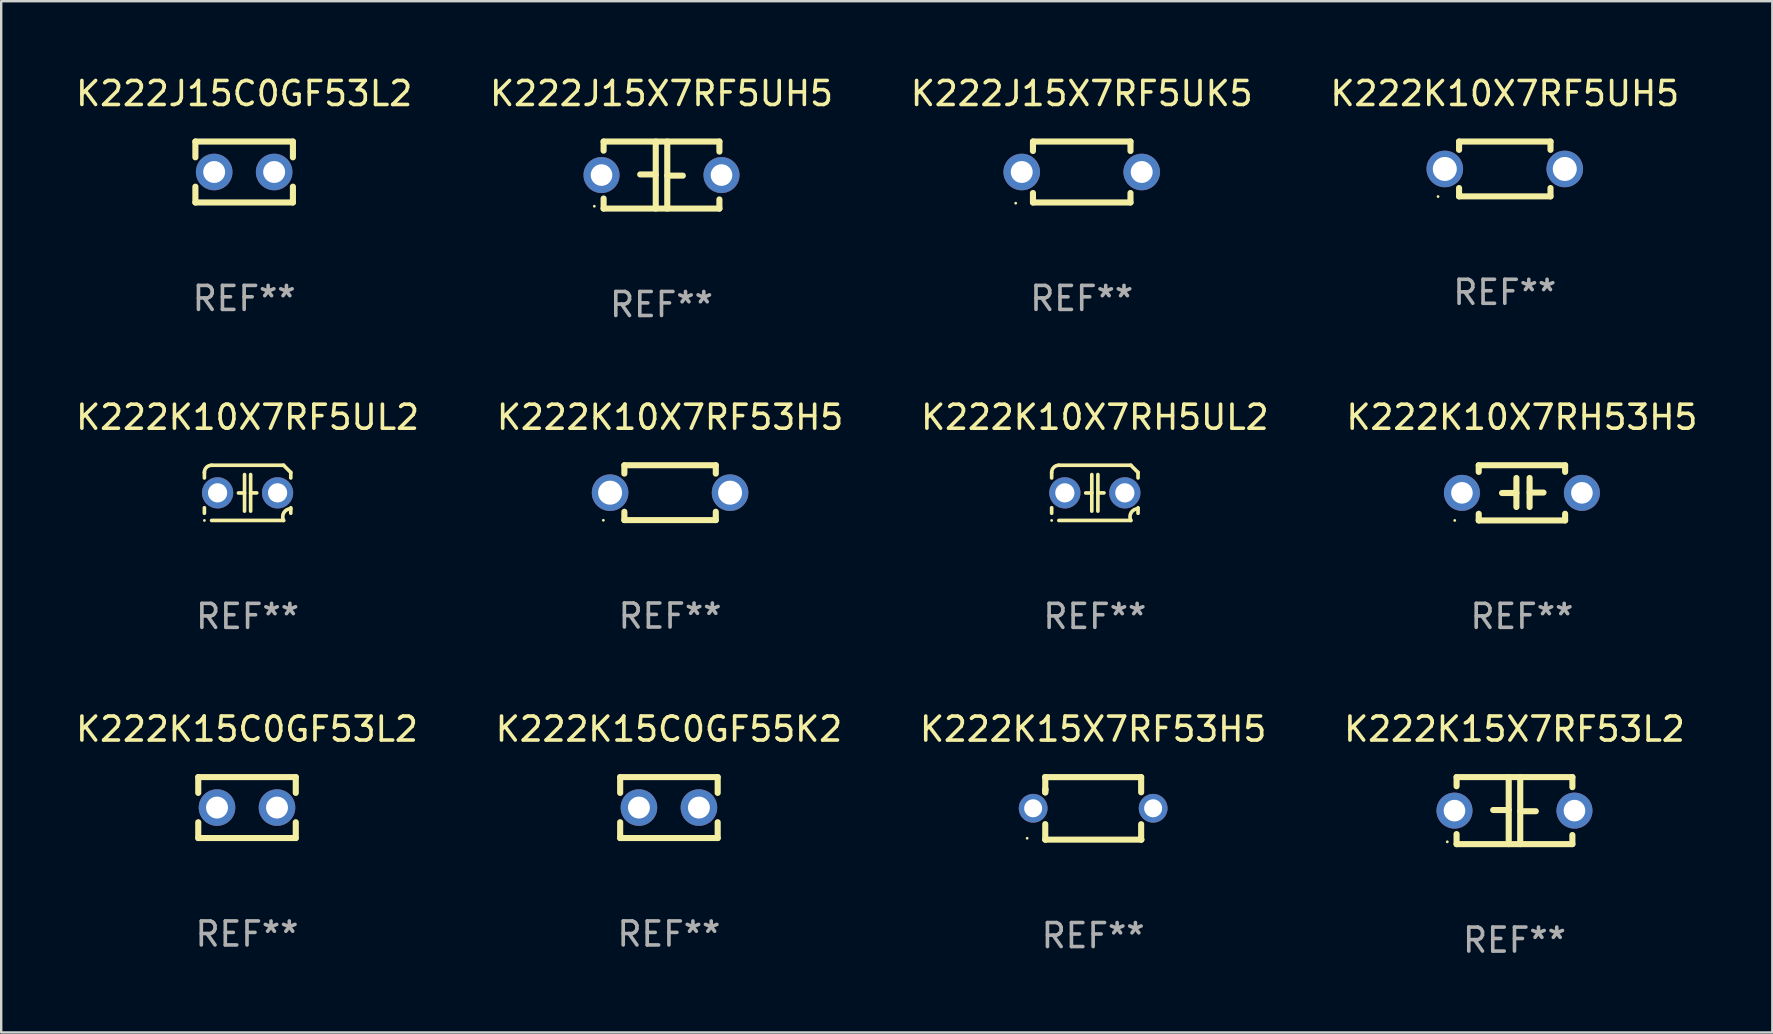
<source format=kicad_pcb>
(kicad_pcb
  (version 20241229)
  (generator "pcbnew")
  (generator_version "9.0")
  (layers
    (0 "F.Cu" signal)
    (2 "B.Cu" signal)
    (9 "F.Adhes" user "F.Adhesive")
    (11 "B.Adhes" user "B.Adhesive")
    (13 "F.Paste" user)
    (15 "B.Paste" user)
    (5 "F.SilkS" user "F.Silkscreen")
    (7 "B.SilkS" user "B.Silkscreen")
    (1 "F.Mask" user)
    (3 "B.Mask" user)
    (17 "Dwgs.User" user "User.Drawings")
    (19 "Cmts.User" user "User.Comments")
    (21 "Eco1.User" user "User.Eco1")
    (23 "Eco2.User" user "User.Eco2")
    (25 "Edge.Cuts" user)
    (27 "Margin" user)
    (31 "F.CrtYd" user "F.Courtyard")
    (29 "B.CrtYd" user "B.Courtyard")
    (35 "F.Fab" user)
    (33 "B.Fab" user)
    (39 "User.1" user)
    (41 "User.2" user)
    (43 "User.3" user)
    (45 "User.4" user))
  (footprint "K222J15X7RF5UK5"
    (layer "F.Cu")
    (at 42.03 4.118)
    (property "Reference" "K222J15X7RF5UK5" (at 0 -3.27 0) (layer "F.SilkS") (effects (font (size 1 1) (thickness 0.15))))
    (attr through_hole)
    (fp_line (start -2.032 -1.27) (end -2.032 -0.876) (stroke (width 0.254) (type solid)) (layer "F.SilkS"))
    (fp_line (start -2.032 0.876) (end -2.032 1.27) (stroke (width 0.254) (type solid)) (layer "F.SilkS"))
    (fp_line (start -2.032 1.27) (end 2.032 1.27) (stroke (width 0.254) (type solid)) (layer "F.SilkS"))
    (fp_line (start 2.032 -1.27) (end -2.032 -1.27) (stroke (width 0.254) (type solid)) (layer "F.SilkS"))
    (fp_line (start 2.032 -0.876) (end 2.032 -1.27) (stroke (width 0.254) (type solid)) (layer "F.SilkS"))
    (fp_line (start 2.032 1.27) (end 2.032 0.876) (stroke (width 0.254) (type solid)) (layer "F.SilkS"))
    (fp_circle (center -2.751 1.3) (end -2.721 1.3) (stroke (width 0.06) (type solid)) (fill no) (layer "F.SilkS"))
    (fp_text user "REF**" (at 0 5.27 0) (layer "F.Fab") (effects (font (size 1 1) (thickness 0.15))))
    (pad "1" thru_hole circle (at -2.5 0) (size 1.524 1.524) (drill 0.914) (layers "*.Cu" "*.Mask"))
    (pad "2" thru_hole circle (at 2.5 0) (size 1.524 1.524) (drill 0.914) (layers "*.Cu" "*.Mask")))
  (footprint "K222K10X7RF53H5"
    (layer "F.Cu")
    (at 24.875 17.482)
    (property "Reference" "K222K10X7RF53H5" (at 0 -3.143 0) (layer "F.SilkS") (effects (font (size 1 1) (thickness 0.15))))
    (attr through_hole)
    (fp_line (start -1.905 -1.143) (end 1.905 -1.143) (stroke (width 0.254) (type solid)) (layer "F.SilkS"))
    (fp_line (start -1.905 -0.795) (end -1.905 -1.143) (stroke (width 0.254) (type solid)) (layer "F.SilkS"))
    (fp_line (start -1.905 1.143) (end -1.905 0.795) (stroke (width 0.254) (type solid)) (layer "F.SilkS"))
    (fp_line (start 1.905 -1.143) (end 1.905 -0.795) (stroke (width 0.254) (type solid)) (layer "F.SilkS"))
    (fp_line (start 1.905 0.795) (end 1.905 1.143) (stroke (width 0.254) (type solid)) (layer "F.SilkS"))
    (fp_line (start 1.905 1.143) (end -1.905 1.143) (stroke (width 0.254) (type solid)) (layer "F.SilkS"))
    (fp_circle (center -2.781 1.15) (end -2.751 1.15) (stroke (width 0.06) (type solid)) (fill no) (layer "F.SilkS"))
    (fp_text user "REF**" (at 0 5.143 0) (layer "F.Fab") (effects (font (size 1 1) (thickness 0.15))))
    (pad "1" thru_hole circle (at -2.5 0) (size 1.524 1.524) (drill 1) (layers "*.Cu" "*.Mask"))
    (pad "2" thru_hole circle (at 2.5 0) (size 1.524 1.524) (drill 1) (layers "*.Cu" "*.Mask")))
  (footprint "K222K15X7RF53H5"
    (layer "F.Cu")
    (at 42.506 30.639)
    (property "Reference" "K222K15X7RF53H5" (at 0 -3.303 0) (layer "F.SilkS") (effects (font (size 1 1) (thickness 0.15))))
    (attr through_hole)
    (fp_line (start -1.996 -0.782) (end -1.983 -0.795) (stroke (width 0.254) (type solid)) (layer "F.SilkS"))
    (fp_line (start -1.996 -0.665) (end -1.996 -0.782) (stroke (width 0.254) (type solid)) (layer "F.SilkS"))
    (fp_line (start -1.996 1.297) (end -1.996 0.655) (stroke (width 0.254) (type solid)) (layer "F.SilkS"))
    (fp_line (start -1.996 -1.303) (end 2.001 -1.303) (stroke (width 0.254) (type solid)) (layer "F.SilkS"))
    (fp_line (start -1.995 -1.303) (end -1.996 -1.303) (stroke (width 0.254) (type solid)) (layer "F.SilkS"))
    (fp_line (start -1.995 -0.664) (end -1.995 -1.303) (stroke (width 0.254) (type solid)) (layer "F.SilkS"))
    (fp_line (start -1.99 1.303) (end -1.996 1.297) (stroke (width 0.254) (type solid)) (layer "F.SilkS"))
    (fp_line (start 2.001 -1.303) (end 2.001 -0.669) (stroke (width 0.254) (type solid)) (layer "F.SilkS"))
    (fp_line (start 2.001 0.659) (end 2.001 1.297) (stroke (width 0.254) (type solid)) (layer "F.SilkS"))
    (fp_line (start 2.001 1.297) (end 2.008 1.303) (stroke (width 0.254) (type solid)) (layer "F.SilkS"))
    (fp_line (start 2.008 1.303) (end -1.99 1.303) (stroke (width 0.254) (type solid)) (layer "F.SilkS"))
    (fp_circle (center -2.75 1.245) (end -2.72 1.245) (stroke (width 0.06) (type solid)) (fill no) (layer "F.SilkS"))
    (fp_text user "REF**" (at 0 5.303 0) (layer "F.Fab") (effects (font (size 1 1) (thickness 0.15))))
    (pad "1" thru_hole circle (at -2.5 -0.005) (size 1.2 1.2) (drill 0.75) (layers "*.Cu" "*.Mask"))
    (pad "2" thru_hole circle (at 2.5 -0.005) (size 1.2 1.2) (drill 0.75) (layers "*.Cu" "*.Mask")))
  (footprint "K222K10X7RF5UH5"
    (layer "F.Cu")
    (at 59.661 3.991)
    (property "Reference" "K222K10X7RF5UH5" (at 0 -3.143 0) (layer "F.SilkS") (effects (font (size 1 1) (thickness 0.15))))
    (attr through_hole)
    (fp_line (start -1.905 -1.143) (end 1.905 -1.143) (stroke (width 0.254) (type solid)) (layer "F.SilkS"))
    (fp_line (start -1.905 -0.795) (end -1.905 -1.143) (stroke (width 0.254) (type solid)) (layer "F.SilkS"))
    (fp_line (start -1.905 1.143) (end -1.905 0.795) (stroke (width 0.254) (type solid)) (layer "F.SilkS"))
    (fp_line (start 1.905 -1.143) (end 1.905 -0.795) (stroke (width 0.254) (type solid)) (layer "F.SilkS"))
    (fp_line (start 1.905 0.795) (end 1.905 1.143) (stroke (width 0.254) (type solid)) (layer "F.SilkS"))
    (fp_line (start 1.905 1.143) (end -1.905 1.143) (stroke (width 0.254) (type solid)) (layer "F.SilkS"))
    (fp_circle (center -2.781 1.15) (end -2.751 1.15) (stroke (width 0.06) (type solid)) (fill no) (layer "F.SilkS"))
    (fp_text user "REF**" (at 0 5.143 0) (layer "F.Fab") (effects (font (size 1 1) (thickness 0.15))))
    (pad "1" thru_hole circle (at -2.5 0) (size 1.524 1.524) (drill 1) (layers "*.Cu" "*.Mask"))
    (pad "2" thru_hole circle (at 2.5 0) (size 1.524 1.524) (drill 1) (layers "*.Cu" "*.Mask")))
  (footprint "K222K10X7RH53H5"
    (layer "F.Cu")
    (at 60.375 17.489)
    (property "Reference" "K222K10X7RH53H5" (at 0 -3.15 0) (layer "F.SilkS") (effects (font (size 1 1) (thickness 0.15))))
    (attr through_hole)
    (fp_line (start -1.8 -1.15) (end -1.8 -0.872) (stroke (width 0.254) (type solid)) (layer "F.SilkS"))
    (fp_line (start -1.8 -1.15) (end 1.8 -1.15) (stroke (width 0.254) (type solid)) (layer "F.SilkS"))
    (fp_line (start -1.8 0.872) (end -1.8 1.15) (stroke (width 0.254) (type solid)) (layer "F.SilkS"))
    (fp_line (start -1.8 1.15) (end 1.8 1.15) (stroke (width 0.254) (type solid)) (layer "F.SilkS"))
    (fp_line (start -0.23 -0.62) (end -0.23 0.59) (stroke (width 0.254) (type solid)) (layer "F.SilkS"))
    (fp_line (start -0.23 0.007) (end -0.83 0.007) (stroke (width 0.254) (type solid)) (layer "F.SilkS"))
    (fp_line (start 0.32 -0.62) (end 0.32 0.59) (stroke (width 0.254) (type solid)) (layer "F.SilkS"))
    (fp_line (start 0.32 -0.012) (end 0.9 -0.012) (stroke (width 0.254) (type solid)) (layer "F.SilkS"))
    (fp_line (start 1.8 -1.15) (end 1.8 -0.872) (stroke (width 0.254) (type solid)) (layer "F.SilkS"))
    (fp_line (start 1.8 0.872) (end 1.8 1.15) (stroke (width 0.254) (type solid)) (layer "F.SilkS"))
    (fp_circle (center -2.8 1.15) (end -2.77 1.15) (stroke (width 0.06) (type solid)) (fill no) (layer "F.SilkS"))
    (fp_text user "REF**" (at 0 5.15 0) (layer "F.Fab") (effects (font (size 1 1) (thickness 0.15))))
    (pad "1" thru_hole circle (at -2.5 0) (size 1.5 1.5) (drill 0.9) (layers "*.Cu" "*.Mask"))
    (pad "2" thru_hole circle (at 2.5 0) (size 1.5 1.5) (drill 0.9) (layers "*.Cu" "*.Mask")))
  (footprint "K222J15X7RF5UH5"
    (layer "F.Cu")
    (at 24.518 4.245)
    (property "Reference" "K222J15X7RF5UH5" (at 0 -3.397 0) (layer "F.SilkS") (effects (font (size 1 1) (thickness 0.15))))
    (attr through_hole)
    (fp_line (start -2.413 -1.397) (end 2.413 -1.397) (stroke (width 0.254) (type solid)) (layer "F.SilkS"))
    (fp_line (start -2.413 -1.016) (end -2.413 -1.397) (stroke (width 0.254) (type solid)) (layer "F.SilkS"))
    (fp_line (start -2.413 0.977) (end -2.413 1.397) (stroke (width 0.254) (type solid)) (layer "F.SilkS"))
    (fp_line (start -0.24 -0.025) (end -0.889 -0.025) (stroke (width 0.254) (type solid)) (layer "F.SilkS"))
    (fp_line (start -0.24 1.397) (end -0.24 -1.397) (stroke (width 0.254) (type solid)) (layer "F.SilkS"))
    (fp_line (start 0.24 -1.397) (end 0.24 1.397) (stroke (width 0.254) (type solid)) (layer "F.SilkS"))
    (fp_line (start 0.24 0.025) (end 0.889 0.025) (stroke (width 0.254) (type solid)) (layer "F.SilkS"))
    (fp_line (start 2.413 -0.977) (end 2.413 -1.397) (stroke (width 0.254) (type solid)) (layer "F.SilkS"))
    (fp_line (start 2.413 1.016) (end 2.413 1.397) (stroke (width 0.254) (type solid)) (layer "F.SilkS"))
    (fp_line (start 2.413 1.397) (end -2.413 1.397) (stroke (width 0.254) (type solid)) (layer "F.SilkS"))
    (fp_circle (center -2.8 1.3) (end -2.77 1.3) (stroke (width 0.06) (type solid)) (fill no) (layer "F.SilkS"))
    (fp_text user "REF**" (at 0 5.397 0) (layer "F.Fab") (effects (font (size 1 1) (thickness 0.15))))
    (pad "1" thru_hole circle (at -2.5 0) (size 1.5 1.5) (drill 0.9) (layers "*.Cu" "*.Mask"))
    (pad "2" thru_hole circle (at 2.5 0) (size 1.5 1.5) (drill 0.9) (layers "*.Cu" "*.Mask")))
  (footprint "K222K15C0GF53L2"
    (layer "F.Cu")
    (at 7.244 30.605)
    (property "Reference" "K222K15C0GF53L2" (at 0 -3.27 0) (layer "F.SilkS") (effects (font (size 1 1) (thickness 0.15))))
    (attr through_hole)
    (fp_line (start -2.032 -1.27) (end -2.032 -0.611) (stroke (width 0.254) (type solid)) (layer "F.SilkS"))
    (fp_line (start -2.032 0.611) (end -2.032 1.27) (stroke (width 0.254) (type solid)) (layer "F.SilkS"))
    (fp_line (start -2.032 1.27) (end 2.032 1.27) (stroke (width 0.254) (type solid)) (layer "F.SilkS"))
    (fp_line (start 2.032 -1.27) (end -2.032 -1.27) (stroke (width 0.254) (type solid)) (layer "F.SilkS"))
    (fp_line (start 2.032 -0.611) (end 2.032 -1.27) (stroke (width 0.254) (type solid)) (layer "F.SilkS"))
    (fp_line (start 2.032 1.27) (end 2.032 0.611) (stroke (width 0.254) (type solid)) (layer "F.SilkS"))
    (fp_circle (center -2 1.3) (end -1.97 1.3) (stroke (width 0.06) (type solid)) (fill no) (layer "F.SilkS"))
    (fp_text user "REF**" (at 0 5.27 0) (layer "F.Fab") (effects (font (size 1 1) (thickness 0.15))))
    (pad "1" thru_hole circle (at -1.25 0) (size 1.524 1.524) (drill 0.914) (layers "*.Cu" "*.Mask"))
    (pad "2" thru_hole circle (at 1.25 0) (size 1.524 1.524) (drill 0.914) (layers "*.Cu" "*.Mask")))
  (footprint "K222K10X7RH5UL2"
    (layer "F.Cu")
    (at 42.577 17.489)
    (property "Reference" "K222K10X7RH5UL2" (at 0 -3.15 0) (layer "F.SilkS") (effects (font (size 1 1) (thickness 0.15))))
    (attr through_hole)
    (fp_line (start -1.8 -0.621) (end -1.8 -0.85) (stroke (width 0.152) (type solid)) (layer "F.SilkS"))
    (fp_line (start -1.8 0.85) (end -1.8 0.621) (stroke (width 0.152) (type solid)) (layer "F.SilkS"))
    (fp_line (start -1.5 -1.15) (end 1.5 -1.15) (stroke (width 0.152) (type solid)) (layer "F.SilkS"))
    (fp_line (start -0.127 -0.762) (end -0.127 0.762) (stroke (width 0.152) (type solid)) (layer "F.SilkS"))
    (fp_line (start -0.127 0.005) (end -0.381 0.005) (stroke (width 0.152) (type solid)) (layer "F.SilkS"))
    (fp_line (start 0.127 -0.762) (end 0.127 0.762) (stroke (width 0.152) (type solid)) (layer "F.SilkS"))
    (fp_line (start 0.127 0.002) (end 0.381 0.002) (stroke (width 0.152) (type solid)) (layer "F.SilkS"))
    (fp_line (start 1.5 1.15) (end -1.5 1.15) (stroke (width 0.152) (type solid)) (layer "F.SilkS"))
    (fp_line (start 1.8 -0.85) (end 1.8 -0.621) (stroke (width 0.152) (type solid)) (layer "F.SilkS"))
    (fp_line (start 1.8 0.621) (end 1.8 0.85) (stroke (width 0.152) (type solid)) (layer "F.SilkS"))
    (fp_arc (start -1.799975 -0.849987) (mid -1.712107 -1.062119) (end -1.499975 -1.149987) (stroke (width 0.151994) (type solid)) (layer "F.SilkS"))
    (fp_arc (start 1.499975 1.149987) (mid 1.513726 0.822359) (end 1.799975 0.662387) (stroke (width 0.151994) (type solid)) (layer "F.SilkS"))
    (fp_arc (start 1.500001 -1.149986) (mid 1.650015 -1.000001) (end 1.8 -0.849987) (stroke (width 0.151994) (type solid)) (layer "F.SilkS"))
    (fp_circle (center -1.8 1.15) (end -1.77 1.15) (stroke (width 0.06) (type solid)) (fill no) (layer "F.SilkS"))
    (fp_text user "REF**" (at 0 5.15 0) (layer "F.Fab") (effects (font (size 1 1) (thickness 0.15))))
    (pad "1" thru_hole circle (at -1.25 0) (size 1.3 1.3) (drill 0.8) (layers "*.Cu" "*.Mask"))
    (pad "2" thru_hole circle (at 1.25 0) (size 1.3 1.3) (drill 0.8) (layers "*.Cu" "*.Mask")))
  (footprint "K222K15C0GF55K2"
    (layer "F.Cu")
    (at 24.827 30.605)
    (property "Reference" "K222K15C0GF55K2" (at 0 -3.27 0) (layer "F.SilkS") (effects (font (size 1 1) (thickness 0.15))))
    (attr through_hole)
    (fp_line (start -2.032 -1.27) (end -2.032 -0.611) (stroke (width 0.254) (type solid)) (layer "F.SilkS"))
    (fp_line (start -2.032 0.611) (end -2.032 1.27) (stroke (width 0.254) (type solid)) (layer "F.SilkS"))
    (fp_line (start -2.032 1.27) (end 2.032 1.27) (stroke (width 0.254) (type solid)) (layer "F.SilkS"))
    (fp_line (start 2.032 -1.27) (end -2.032 -1.27) (stroke (width 0.254) (type solid)) (layer "F.SilkS"))
    (fp_line (start 2.032 -0.611) (end 2.032 -1.27) (stroke (width 0.254) (type solid)) (layer "F.SilkS"))
    (fp_line (start 2.032 1.27) (end 2.032 0.611) (stroke (width 0.254) (type solid)) (layer "F.SilkS"))
    (fp_circle (center -2 1.3) (end -1.97 1.3) (stroke (width 0.06) (type solid)) (fill no) (layer "F.SilkS"))
    (fp_text user "REF**" (at 0 5.27 0) (layer "F.Fab") (effects (font (size 1 1) (thickness 0.15))))
    (pad "1" thru_hole circle (at -1.25 0) (size 1.524 1.524) (drill 0.914) (layers "*.Cu" "*.Mask"))
    (pad "2" thru_hole circle (at 1.25 0) (size 1.524 1.524) (drill 0.914) (layers "*.Cu" "*.Mask")))
  (footprint "K222K15X7RF53L2"
    (layer "F.Cu")
    (at 60.065 30.732)
    (property "Reference" "K222K15X7RF53L2" (at 0 -3.397 0) (layer "F.SilkS") (effects (font (size 1 1) (thickness 0.15))))
    (attr through_hole)
    (fp_line (start -2.413 -1.397) (end 2.413 -1.397) (stroke (width 0.254) (type solid)) (layer "F.SilkS"))
    (fp_line (start -2.413 -1.016) (end -2.413 -1.397) (stroke (width 0.254) (type solid)) (layer "F.SilkS"))
    (fp_line (start -2.413 0.977) (end -2.413 1.397) (stroke (width 0.254) (type solid)) (layer "F.SilkS"))
    (fp_line (start -0.24 -0.025) (end -0.889 -0.025) (stroke (width 0.254) (type solid)) (layer "F.SilkS"))
    (fp_line (start -0.24 1.397) (end -0.24 -1.397) (stroke (width 0.254) (type solid)) (layer "F.SilkS"))
    (fp_line (start 0.24 -1.397) (end 0.24 1.397) (stroke (width 0.254) (type solid)) (layer "F.SilkS"))
    (fp_line (start 0.24 0.025) (end 0.889 0.025) (stroke (width 0.254) (type solid)) (layer "F.SilkS"))
    (fp_line (start 2.413 -0.977) (end 2.413 -1.397) (stroke (width 0.254) (type solid)) (layer "F.SilkS"))
    (fp_line (start 2.413 1.016) (end 2.413 1.397) (stroke (width 0.254) (type solid)) (layer "F.SilkS"))
    (fp_line (start 2.413 1.397) (end -2.413 1.397) (stroke (width 0.254) (type solid)) (layer "F.SilkS"))
    (fp_circle (center -2.8 1.3) (end -2.77 1.3) (stroke (width 0.06) (type solid)) (fill no) (layer "F.SilkS"))
    (fp_text user "REF**" (at 0 5.397 0) (layer "F.Fab") (effects (font (size 1 1) (thickness 0.15))))
    (pad "1" thru_hole circle (at -2.5 0) (size 1.5 1.5) (drill 0.9) (layers "*.Cu" "*.Mask"))
    (pad "2" thru_hole circle (at 2.5 0) (size 1.5 1.5) (drill 0.9) (layers "*.Cu" "*.Mask")))
  (footprint "K222J15C0GF53L2"
    (layer "F.Cu")
    (at 7.125 4.118)
    (property "Reference" "K222J15C0GF53L2" (at 0 -3.27 0) (layer "F.SilkS") (effects (font (size 1 1) (thickness 0.15))))
    (attr through_hole)
    (fp_line (start -2.032 -1.27) (end -2.032 -0.611) (stroke (width 0.254) (type solid)) (layer "F.SilkS"))
    (fp_line (start -2.032 0.611) (end -2.032 1.27) (stroke (width 0.254) (type solid)) (layer "F.SilkS"))
    (fp_line (start -2.032 1.27) (end 2.032 1.27) (stroke (width 0.254) (type solid)) (layer "F.SilkS"))
    (fp_line (start 2.032 -1.27) (end -2.032 -1.27) (stroke (width 0.254) (type solid)) (layer "F.SilkS"))
    (fp_line (start 2.032 -0.611) (end 2.032 -1.27) (stroke (width 0.254) (type solid)) (layer "F.SilkS"))
    (fp_line (start 2.032 1.27) (end 2.032 0.611) (stroke (width 0.254) (type solid)) (layer "F.SilkS"))
    (fp_circle (center -2 1.3) (end -1.97 1.3) (stroke (width 0.06) (type solid)) (fill no) (layer "F.SilkS"))
    (fp_text user "REF**" (at 0 5.27 0) (layer "F.Fab") (effects (font (size 1 1) (thickness 0.15))))
    (pad "1" thru_hole circle (at -1.25 0) (size 1.524 1.524) (drill 0.914) (layers "*.Cu" "*.Mask"))
    (pad "2" thru_hole circle (at 1.25 0) (size 1.524 1.524) (drill 0.914) (layers "*.Cu" "*.Mask")))
  (footprint "K222K10X7RF5UL2"
    (layer "F.Cu")
    (at 7.268 17.489)
    (property "Reference" "K222K10X7RF5UL2" (at 0 -3.15 0) (layer "F.SilkS") (effects (font (size 1 1) (thickness 0.15))))
    (attr through_hole)
    (fp_line (start -1.8 -0.621) (end -1.8 -0.85) (stroke (width 0.152) (type solid)) (layer "F.SilkS"))
    (fp_line (start -1.8 0.85) (end -1.8 0.621) (stroke (width 0.152) (type solid)) (layer "F.SilkS"))
    (fp_line (start -1.5 -1.15) (end 1.5 -1.15) (stroke (width 0.152) (type solid)) (layer "F.SilkS"))
    (fp_line (start -0.127 -0.762) (end -0.127 0.762) (stroke (width 0.152) (type solid)) (layer "F.SilkS"))
    (fp_line (start -0.127 0.005) (end -0.381 0.005) (stroke (width 0.152) (type solid)) (layer "F.SilkS"))
    (fp_line (start 0.127 -0.762) (end 0.127 0.762) (stroke (width 0.152) (type solid)) (layer "F.SilkS"))
    (fp_line (start 0.127 0.002) (end 0.381 0.002) (stroke (width 0.152) (type solid)) (layer "F.SilkS"))
    (fp_line (start 1.5 1.15) (end -1.5 1.15) (stroke (width 0.152) (type solid)) (layer "F.SilkS"))
    (fp_line (start 1.8 -0.85) (end 1.8 -0.621) (stroke (width 0.152) (type solid)) (layer "F.SilkS"))
    (fp_line (start 1.8 0.621) (end 1.8 0.85) (stroke (width 0.152) (type solid)) (layer "F.SilkS"))
    (fp_arc (start -1.799975 -0.849987) (mid -1.712107 -1.062119) (end -1.499975 -1.149987) (stroke (width 0.151994) (type solid)) (layer "F.SilkS"))
    (fp_arc (start 1.499975 1.149987) (mid 1.513726 0.822359) (end 1.799975 0.662387) (stroke (width 0.151994) (type solid)) (layer "F.SilkS"))
    (fp_arc (start 1.500001 -1.149986) (mid 1.650015 -1.000001) (end 1.8 -0.849987) (stroke (width 0.151994) (type solid)) (layer "F.SilkS"))
    (fp_circle (center -1.8 1.15) (end -1.77 1.15) (stroke (width 0.06) (type solid)) (fill no) (layer "F.SilkS"))
    (fp_text user "REF**" (at 0 5.15 0) (layer "F.Fab") (effects (font (size 1 1) (thickness 0.15))))
    (pad "1" thru_hole circle (at -1.25 0) (size 1.3 1.3) (drill 0.8) (layers "*.Cu" "*.Mask"))
    (pad "2" thru_hole circle (at 1.25 0) (size 1.3 1.3) (drill 0.8) (layers "*.Cu" "*.Mask")))
  (gr_rect
    (start -3 -3)
    (end 70.81 39.978)
    (stroke (width 0.1) (type default))
    (fill no)
    (layer "Edge.Cuts")))
</source>
